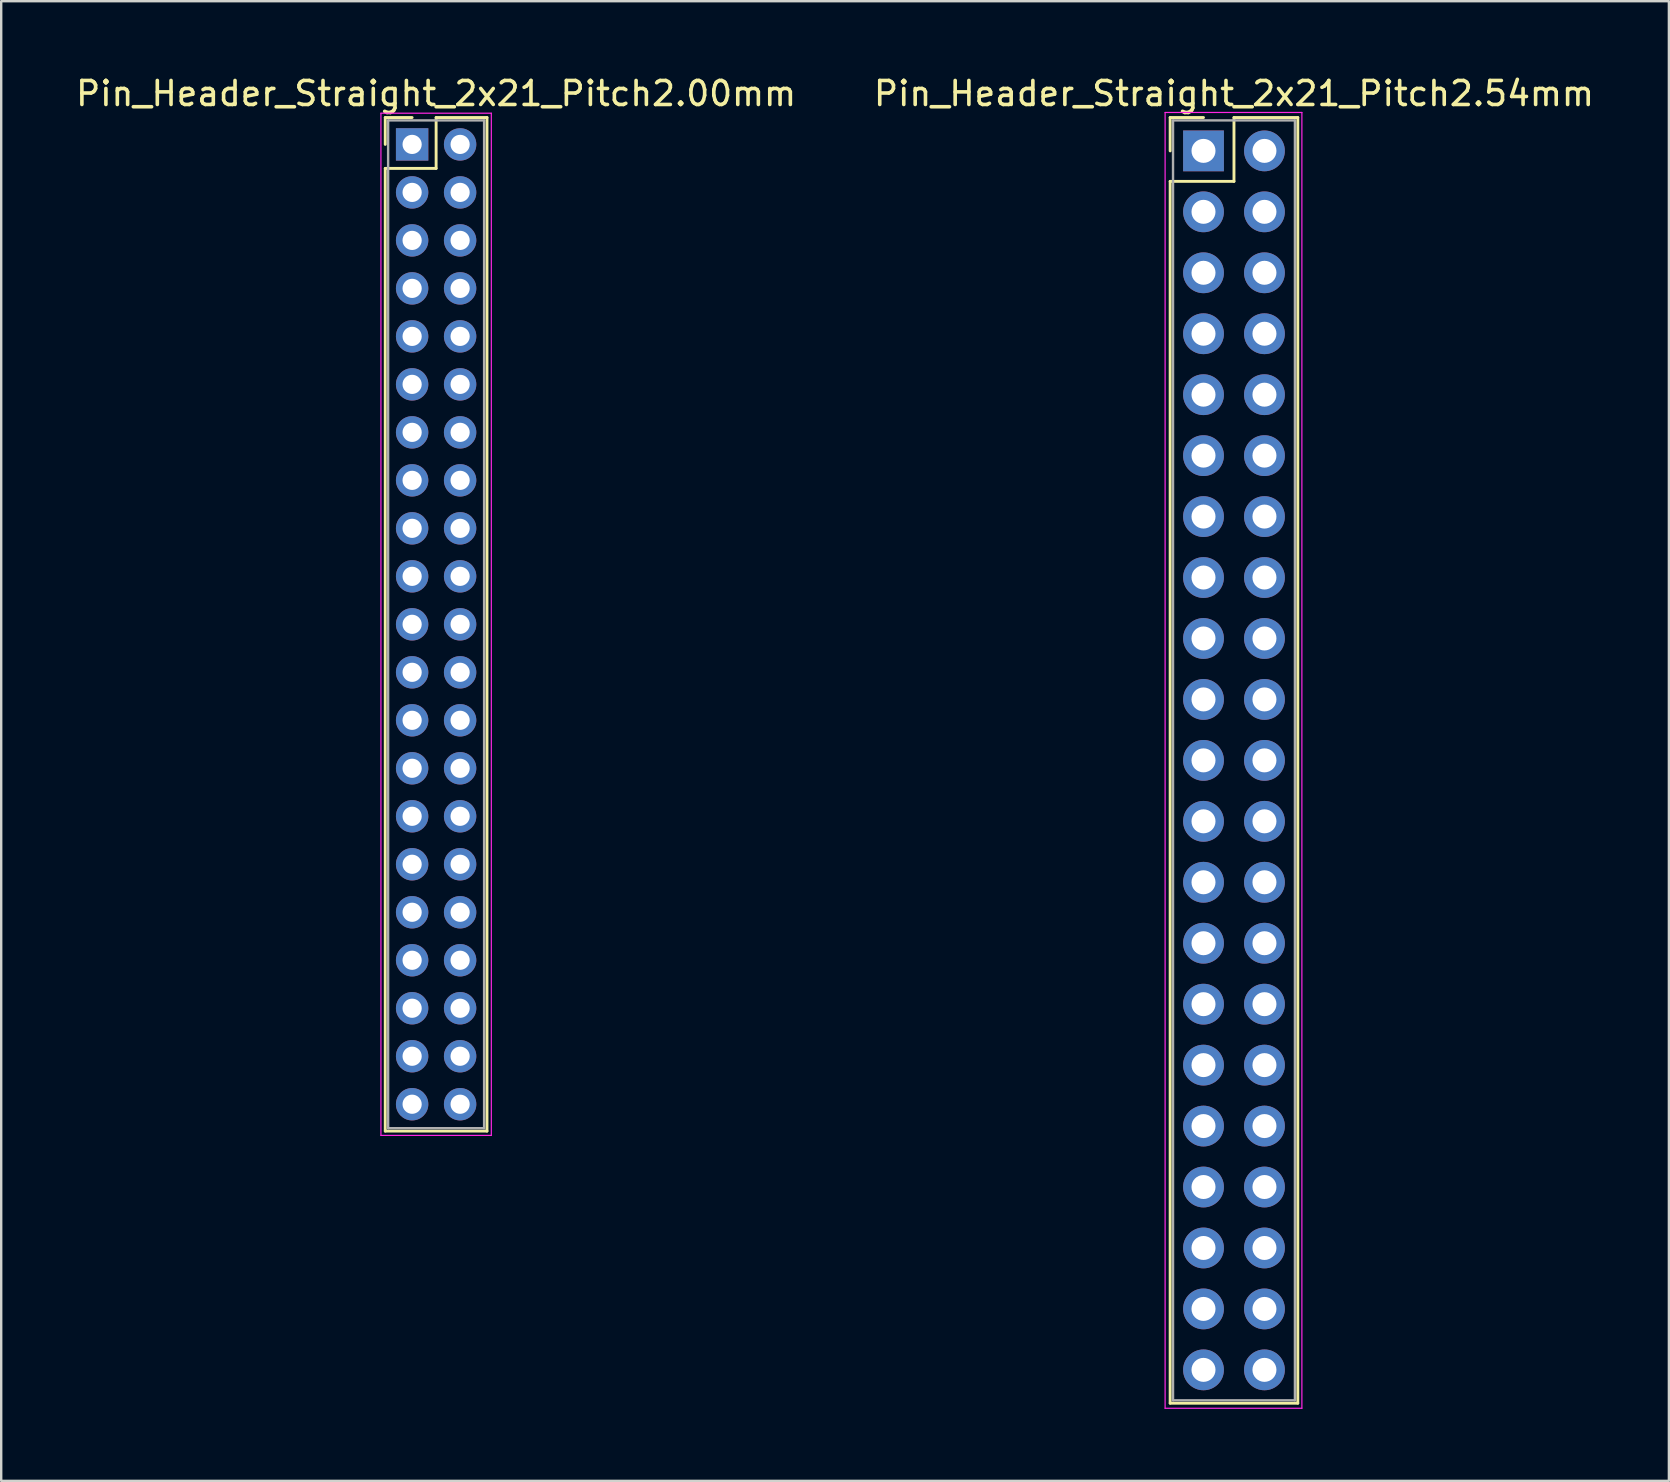
<source format=kicad_pcb>
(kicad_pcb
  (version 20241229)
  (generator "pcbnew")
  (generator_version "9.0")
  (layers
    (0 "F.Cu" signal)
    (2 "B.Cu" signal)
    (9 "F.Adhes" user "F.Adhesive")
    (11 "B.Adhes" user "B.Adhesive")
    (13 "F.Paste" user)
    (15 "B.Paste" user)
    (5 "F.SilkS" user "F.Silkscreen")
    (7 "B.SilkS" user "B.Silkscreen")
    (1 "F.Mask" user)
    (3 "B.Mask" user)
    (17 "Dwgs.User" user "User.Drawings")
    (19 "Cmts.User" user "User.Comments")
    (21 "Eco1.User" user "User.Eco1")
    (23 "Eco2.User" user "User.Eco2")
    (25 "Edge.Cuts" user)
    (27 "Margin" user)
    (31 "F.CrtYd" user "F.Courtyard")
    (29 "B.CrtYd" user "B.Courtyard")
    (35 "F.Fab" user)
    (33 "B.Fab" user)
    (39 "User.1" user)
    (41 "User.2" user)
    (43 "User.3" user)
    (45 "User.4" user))
  (footprint "Pin_Header_Straight_2x21_Pitch2.54mm"
    (layer "F.Cu")
    (at 47.105 3.238)
    (property "Reference" "Pin_Header_Straight_2x21_Pitch2.54mm" (at 1.27 -2.39 0) (layer "F.SilkS") (effects (font (size 1 1) (thickness 0.15))))
    (attr through_hole)
    (fp_line (start -1.39 -1.39) (end 0 -1.39) (stroke (width 0.12) (type solid)) (layer "F.SilkS"))
    (fp_line (start -1.39 0) (end -1.39 -1.39) (stroke (width 0.12) (type solid)) (layer "F.SilkS"))
    (fp_line (start -1.39 1.27) (end -1.39 52.19) (stroke (width 0.12) (type solid)) (layer "F.SilkS"))
    (fp_line (start -1.39 52.19) (end 3.93 52.19) (stroke (width 0.12) (type solid)) (layer "F.SilkS"))
    (fp_line (start 1.27 -1.39) (end 1.27 1.27) (stroke (width 0.12) (type solid)) (layer "F.SilkS"))
    (fp_line (start 1.27 1.27) (end -1.39 1.27) (stroke (width 0.12) (type solid)) (layer "F.SilkS"))
    (fp_line (start 3.93 -1.39) (end 1.27 -1.39) (stroke (width 0.12) (type solid)) (layer "F.SilkS"))
    (fp_line (start 3.93 52.19) (end 3.93 -1.39) (stroke (width 0.12) (type solid)) (layer "F.SilkS"))
    (fp_line (start -1.6 -1.6) (end -1.6 52.4) (stroke (width 0.05) (type solid)) (layer "F.CrtYd"))
    (fp_line (start -1.6 52.4) (end 4.1 52.4) (stroke (width 0.05) (type solid)) (layer "F.CrtYd"))
    (fp_line (start 4.1 -1.6) (end -1.6 -1.6) (stroke (width 0.05) (type solid)) (layer "F.CrtYd"))
    (fp_line (start 4.1 52.4) (end 4.1 -1.6) (stroke (width 0.05) (type solid)) (layer "F.CrtYd"))
    (fp_line (start -1.27 -1.27) (end -1.27 52.07) (stroke (width 0.1) (type solid)) (layer "F.Fab"))
    (fp_line (start -1.27 52.07) (end 3.81 52.07) (stroke (width 0.1) (type solid)) (layer "F.Fab"))
    (fp_line (start 3.81 -1.27) (end -1.27 -1.27) (stroke (width 0.1) (type solid)) (layer "F.Fab"))
    (fp_line (start 3.81 52.07) (end 3.81 -1.27) (stroke (width 0.1) (type solid)) (layer "F.Fab"))
    (pad "1" thru_hole rect (at 0 0) (size 1.7 1.7) (drill 1) (layers "*.Cu" "*.Mask"))
    (pad "2" thru_hole oval (at 2.54 0) (size 1.7 1.7) (drill 1) (layers "*.Cu" "*.Mask"))
    (pad "3" thru_hole oval (at 0 2.54) (size 1.7 1.7) (drill 1) (layers "*.Cu" "*.Mask"))
    (pad "4" thru_hole oval (at 2.54 2.54) (size 1.7 1.7) (drill 1) (layers "*.Cu" "*.Mask"))
    (pad "5" thru_hole oval (at 0 5.08) (size 1.7 1.7) (drill 1) (layers "*.Cu" "*.Mask"))
    (pad "6" thru_hole oval (at 2.54 5.08) (size 1.7 1.7) (drill 1) (layers "*.Cu" "*.Mask"))
    (pad "7" thru_hole oval (at 0 7.62) (size 1.7 1.7) (drill 1) (layers "*.Cu" "*.Mask"))
    (pad "8" thru_hole oval (at 2.54 7.62) (size 1.7 1.7) (drill 1) (layers "*.Cu" "*.Mask"))
    (pad "9" thru_hole oval (at 0 10.16) (size 1.7 1.7) (drill 1) (layers "*.Cu" "*.Mask"))
    (pad "10" thru_hole oval (at 2.54 10.16) (size 1.7 1.7) (drill 1) (layers "*.Cu" "*.Mask"))
    (pad "11" thru_hole oval (at 0 12.7) (size 1.7 1.7) (drill 1) (layers "*.Cu" "*.Mask"))
    (pad "12" thru_hole oval (at 2.54 12.7) (size 1.7 1.7) (drill 1) (layers "*.Cu" "*.Mask"))
    (pad "13" thru_hole oval (at 0 15.24) (size 1.7 1.7) (drill 1) (layers "*.Cu" "*.Mask"))
    (pad "14" thru_hole oval (at 2.54 15.24) (size 1.7 1.7) (drill 1) (layers "*.Cu" "*.Mask"))
    (pad "15" thru_hole oval (at 0 17.78) (size 1.7 1.7) (drill 1) (layers "*.Cu" "*.Mask"))
    (pad "16" thru_hole oval (at 2.54 17.78) (size 1.7 1.7) (drill 1) (layers "*.Cu" "*.Mask"))
    (pad "17" thru_hole oval (at 0 20.32) (size 1.7 1.7) (drill 1) (layers "*.Cu" "*.Mask"))
    (pad "18" thru_hole oval (at 2.54 20.32) (size 1.7 1.7) (drill 1) (layers "*.Cu" "*.Mask"))
    (pad "19" thru_hole oval (at 0 22.86) (size 1.7 1.7) (drill 1) (layers "*.Cu" "*.Mask"))
    (pad "20" thru_hole oval (at 2.54 22.86) (size 1.7 1.7) (drill 1) (layers "*.Cu" "*.Mask"))
    (pad "21" thru_hole oval (at 0 25.4) (size 1.7 1.7) (drill 1) (layers "*.Cu" "*.Mask"))
    (pad "22" thru_hole oval (at 2.54 25.4) (size 1.7 1.7) (drill 1) (layers "*.Cu" "*.Mask"))
    (pad "23" thru_hole oval (at 0 27.94) (size 1.7 1.7) (drill 1) (layers "*.Cu" "*.Mask"))
    (pad "24" thru_hole oval (at 2.54 27.94) (size 1.7 1.7) (drill 1) (layers "*.Cu" "*.Mask"))
    (pad "25" thru_hole oval (at 0 30.48) (size 1.7 1.7) (drill 1) (layers "*.Cu" "*.Mask"))
    (pad "26" thru_hole oval (at 2.54 30.48) (size 1.7 1.7) (drill 1) (layers "*.Cu" "*.Mask"))
    (pad "27" thru_hole oval (at 0 33.02) (size 1.7 1.7) (drill 1) (layers "*.Cu" "*.Mask"))
    (pad "28" thru_hole oval (at 2.54 33.02) (size 1.7 1.7) (drill 1) (layers "*.Cu" "*.Mask"))
    (pad "29" thru_hole oval (at 0 35.56) (size 1.7 1.7) (drill 1) (layers "*.Cu" "*.Mask"))
    (pad "30" thru_hole oval (at 2.54 35.56) (size 1.7 1.7) (drill 1) (layers "*.Cu" "*.Mask"))
    (pad "31" thru_hole oval (at 0 38.1) (size 1.7 1.7) (drill 1) (layers "*.Cu" "*.Mask"))
    (pad "32" thru_hole oval (at 2.54 38.1) (size 1.7 1.7) (drill 1) (layers "*.Cu" "*.Mask"))
    (pad "33" thru_hole oval (at 0 40.64) (size 1.7 1.7) (drill 1) (layers "*.Cu" "*.Mask"))
    (pad "34" thru_hole oval (at 2.54 40.64) (size 1.7 1.7) (drill 1) (layers "*.Cu" "*.Mask"))
    (pad "35" thru_hole oval (at 0 43.18) (size 1.7 1.7) (drill 1) (layers "*.Cu" "*.Mask"))
    (pad "36" thru_hole oval (at 2.54 43.18) (size 1.7 1.7) (drill 1) (layers "*.Cu" "*.Mask"))
    (pad "37" thru_hole oval (at 0 45.72) (size 1.7 1.7) (drill 1) (layers "*.Cu" "*.Mask"))
    (pad "38" thru_hole oval (at 2.54 45.72) (size 1.7 1.7) (drill 1) (layers "*.Cu" "*.Mask"))
    (pad "39" thru_hole oval (at 0 48.26) (size 1.7 1.7) (drill 1) (layers "*.Cu" "*.Mask"))
    (pad "40" thru_hole oval (at 2.54 48.26) (size 1.7 1.7) (drill 1) (layers "*.Cu" "*.Mask"))
    (pad "41" thru_hole oval (at 0 50.8) (size 1.7 1.7) (drill 1) (layers "*.Cu" "*.Mask"))
    (pad "42" thru_hole oval (at 2.54 50.8) (size 1.7 1.7) (drill 1) (layers "*.Cu" "*.Mask")))
  (footprint "Pin_Header_Straight_2x21_Pitch2.00mm"
    (layer "F.Cu")
    (at 14.125 2.968)
    (property "Reference" "Pin_Header_Straight_2x21_Pitch2.00mm" (at 1 -2.12 0) (layer "F.SilkS") (effects (font (size 1 1) (thickness 0.15))))
    (attr through_hole)
    (fp_line (start -1.12 -1.12) (end 0 -1.12) (stroke (width 0.12) (type solid)) (layer "F.SilkS"))
    (fp_line (start -1.12 0) (end -1.12 -1.12) (stroke (width 0.12) (type solid)) (layer "F.SilkS"))
    (fp_line (start -1.12 1) (end -1.12 41.12) (stroke (width 0.12) (type solid)) (layer "F.SilkS"))
    (fp_line (start -1.12 41.12) (end 3.12 41.12) (stroke (width 0.12) (type solid)) (layer "F.SilkS"))
    (fp_line (start 1 -1.12) (end 1 1) (stroke (width 0.12) (type solid)) (layer "F.SilkS"))
    (fp_line (start 1 1) (end -1.12 1) (stroke (width 0.12) (type solid)) (layer "F.SilkS"))
    (fp_line (start 3.12 -1.12) (end 1 -1.12) (stroke (width 0.12) (type solid)) (layer "F.SilkS"))
    (fp_line (start 3.12 41.12) (end 3.12 -1.12) (stroke (width 0.12) (type solid)) (layer "F.SilkS"))
    (fp_line (start -1.3 -1.3) (end -1.3 41.3) (stroke (width 0.05) (type solid)) (layer "F.CrtYd"))
    (fp_line (start -1.3 41.3) (end 3.3 41.3) (stroke (width 0.05) (type solid)) (layer "F.CrtYd"))
    (fp_line (start 3.3 -1.3) (end -1.3 -1.3) (stroke (width 0.05) (type solid)) (layer "F.CrtYd"))
    (fp_line (start 3.3 41.3) (end 3.3 -1.3) (stroke (width 0.05) (type solid)) (layer "F.CrtYd"))
    (fp_line (start -1 -1) (end -1 41) (stroke (width 0.1) (type solid)) (layer "F.Fab"))
    (fp_line (start -1 41) (end 3 41) (stroke (width 0.1) (type solid)) (layer "F.Fab"))
    (fp_line (start 3 -1) (end -1 -1) (stroke (width 0.1) (type solid)) (layer "F.Fab"))
    (fp_line (start 3 41) (end 3 -1) (stroke (width 0.1) (type solid)) (layer "F.Fab"))
    (pad "1" thru_hole rect (at 0 0) (size 1.35 1.35) (drill 0.8) (layers "*.Cu" "*.Mask"))
    (pad "2" thru_hole oval (at 2 0) (size 1.35 1.35) (drill 0.8) (layers "*.Cu" "*.Mask"))
    (pad "3" thru_hole oval (at 0 2) (size 1.35 1.35) (drill 0.8) (layers "*.Cu" "*.Mask"))
    (pad "4" thru_hole oval (at 2 2) (size 1.35 1.35) (drill 0.8) (layers "*.Cu" "*.Mask"))
    (pad "5" thru_hole oval (at 0 4) (size 1.35 1.35) (drill 0.8) (layers "*.Cu" "*.Mask"))
    (pad "6" thru_hole oval (at 2 4) (size 1.35 1.35) (drill 0.8) (layers "*.Cu" "*.Mask"))
    (pad "7" thru_hole oval (at 0 6) (size 1.35 1.35) (drill 0.8) (layers "*.Cu" "*.Mask"))
    (pad "8" thru_hole oval (at 2 6) (size 1.35 1.35) (drill 0.8) (layers "*.Cu" "*.Mask"))
    (pad "9" thru_hole oval (at 0 8) (size 1.35 1.35) (drill 0.8) (layers "*.Cu" "*.Mask"))
    (pad "10" thru_hole oval (at 2 8) (size 1.35 1.35) (drill 0.8) (layers "*.Cu" "*.Mask"))
    (pad "11" thru_hole oval (at 0 10) (size 1.35 1.35) (drill 0.8) (layers "*.Cu" "*.Mask"))
    (pad "12" thru_hole oval (at 2 10) (size 1.35 1.35) (drill 0.8) (layers "*.Cu" "*.Mask"))
    (pad "13" thru_hole oval (at 0 12) (size 1.35 1.35) (drill 0.8) (layers "*.Cu" "*.Mask"))
    (pad "14" thru_hole oval (at 2 12) (size 1.35 1.35) (drill 0.8) (layers "*.Cu" "*.Mask"))
    (pad "15" thru_hole oval (at 0 14) (size 1.35 1.35) (drill 0.8) (layers "*.Cu" "*.Mask"))
    (pad "16" thru_hole oval (at 2 14) (size 1.35 1.35) (drill 0.8) (layers "*.Cu" "*.Mask"))
    (pad "17" thru_hole oval (at 0 16) (size 1.35 1.35) (drill 0.8) (layers "*.Cu" "*.Mask"))
    (pad "18" thru_hole oval (at 2 16) (size 1.35 1.35) (drill 0.8) (layers "*.Cu" "*.Mask"))
    (pad "19" thru_hole oval (at 0 18) (size 1.35 1.35) (drill 0.8) (layers "*.Cu" "*.Mask"))
    (pad "20" thru_hole oval (at 2 18) (size 1.35 1.35) (drill 0.8) (layers "*.Cu" "*.Mask"))
    (pad "21" thru_hole oval (at 0 20) (size 1.35 1.35) (drill 0.8) (layers "*.Cu" "*.Mask"))
    (pad "22" thru_hole oval (at 2 20) (size 1.35 1.35) (drill 0.8) (layers "*.Cu" "*.Mask"))
    (pad "23" thru_hole oval (at 0 22) (size 1.35 1.35) (drill 0.8) (layers "*.Cu" "*.Mask"))
    (pad "24" thru_hole oval (at 2 22) (size 1.35 1.35) (drill 0.8) (layers "*.Cu" "*.Mask"))
    (pad "25" thru_hole oval (at 0 24) (size 1.35 1.35) (drill 0.8) (layers "*.Cu" "*.Mask"))
    (pad "26" thru_hole oval (at 2 24) (size 1.35 1.35) (drill 0.8) (layers "*.Cu" "*.Mask"))
    (pad "27" thru_hole oval (at 0 26) (size 1.35 1.35) (drill 0.8) (layers "*.Cu" "*.Mask"))
    (pad "28" thru_hole oval (at 2 26) (size 1.35 1.35) (drill 0.8) (layers "*.Cu" "*.Mask"))
    (pad "29" thru_hole oval (at 0 28) (size 1.35 1.35) (drill 0.8) (layers "*.Cu" "*.Mask"))
    (pad "30" thru_hole oval (at 2 28) (size 1.35 1.35) (drill 0.8) (layers "*.Cu" "*.Mask"))
    (pad "31" thru_hole oval (at 0 30) (size 1.35 1.35) (drill 0.8) (layers "*.Cu" "*.Mask"))
    (pad "32" thru_hole oval (at 2 30) (size 1.35 1.35) (drill 0.8) (layers "*.Cu" "*.Mask"))
    (pad "33" thru_hole oval (at 0 32) (size 1.35 1.35) (drill 0.8) (layers "*.Cu" "*.Mask"))
    (pad "34" thru_hole oval (at 2 32) (size 1.35 1.35) (drill 0.8) (layers "*.Cu" "*.Mask"))
    (pad "35" thru_hole oval (at 0 34) (size 1.35 1.35) (drill 0.8) (layers "*.Cu" "*.Mask"))
    (pad "36" thru_hole oval (at 2 34) (size 1.35 1.35) (drill 0.8) (layers "*.Cu" "*.Mask"))
    (pad "37" thru_hole oval (at 0 36) (size 1.35 1.35) (drill 0.8) (layers "*.Cu" "*.Mask"))
    (pad "38" thru_hole oval (at 2 36) (size 1.35 1.35) (drill 0.8) (layers "*.Cu" "*.Mask"))
    (pad "39" thru_hole oval (at 0 38) (size 1.35 1.35) (drill 0.8) (layers "*.Cu" "*.Mask"))
    (pad "40" thru_hole oval (at 2 38) (size 1.35 1.35) (drill 0.8) (layers "*.Cu" "*.Mask"))
    (pad "41" thru_hole oval (at 0 40) (size 1.35 1.35) (drill 0.8) (layers "*.Cu" "*.Mask"))
    (pad "42" thru_hole oval (at 2 40) (size 1.35 1.35) (drill 0.8) (layers "*.Cu" "*.Mask")))
  (gr_rect
    (start -3 -3)
    (end 66.5 58.663)
    (stroke (width 0.1) (type default))
    (fill no)
    (layer "Edge.Cuts")))
</source>
